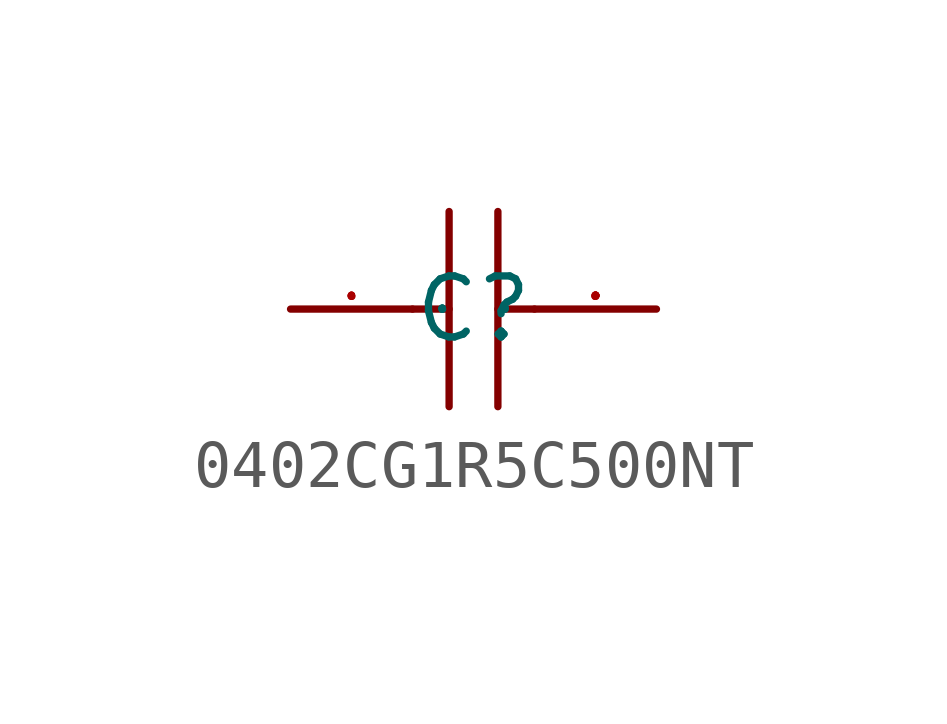
<source format=kicad_sym>
(kicad_symbol_lib
  (version 20241209)
  (generator "kicad_symbol_editor")
  (generator_version "9.0")
  (symbol "0402CG1R5C500NT"
    (property "Reference" "C"
      (at 0 0 0)
      (effects (font (size 1.27 1.27))))
    (symbol "0402CG1R5C500NT_1_0"
      (polyline (pts (xy -1.27 0) (xy -0.508 0)) (stroke (width 0) (type default)) (fill (type none)))
      (polyline (pts (xy -0.508 2.032) (xy -0.508 -2.032)) (stroke (width 0) (type default)) (fill (type none)))
      (polyline (pts (xy 0.508 2.032) (xy 0.508 -2.032)) (stroke (width 0) (type default)) (fill (type none)))
      (polyline (pts (xy 0.508 0) (xy 1.27 0)) (stroke (width 0) (type default)) (fill (type none)))
      (pin input line (at -3.81 0 0) (length 2.54) (name "1" (effects (font (size 0.025 0.025)))) (number "1" (effects (font (size 0.025 0.025)))))
      (pin input line (at 3.81 0 180) (length 2.54) (name "2" (effects (font (size 0.025 0.025)))) (number "2" (effects (font (size 0.025 0.025))))))))
</source>
